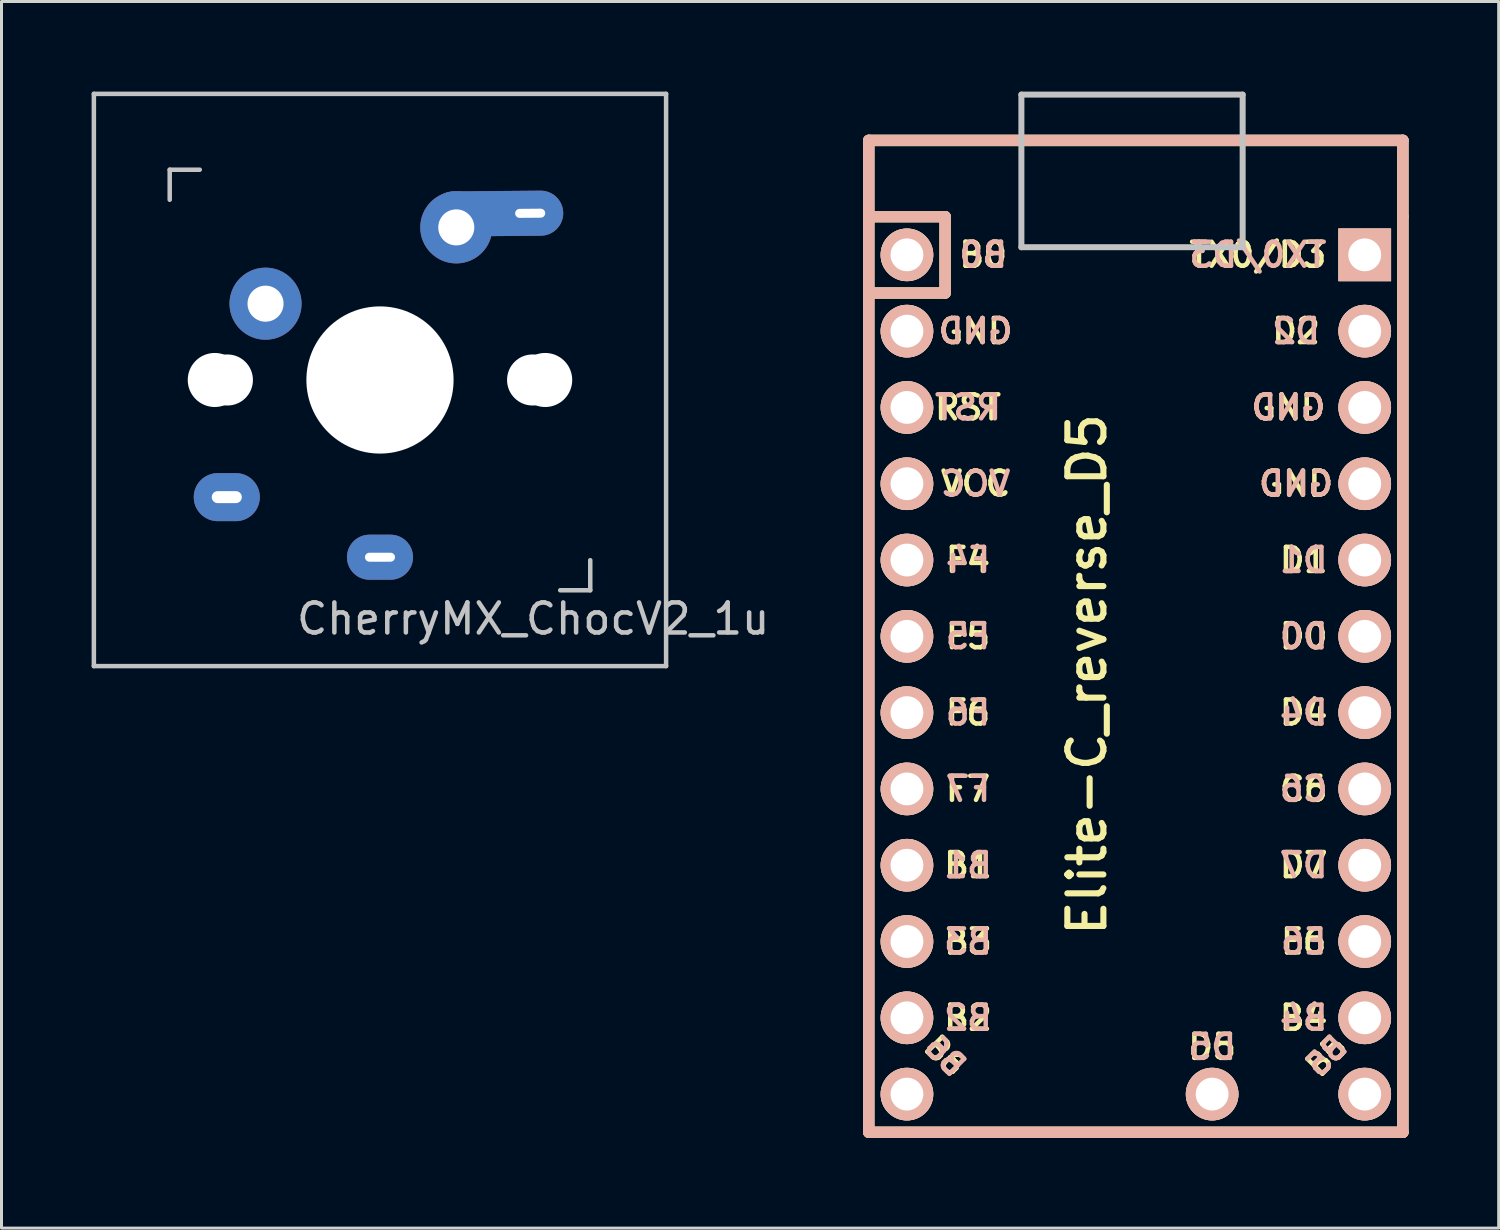
<source format=kicad_pcb>
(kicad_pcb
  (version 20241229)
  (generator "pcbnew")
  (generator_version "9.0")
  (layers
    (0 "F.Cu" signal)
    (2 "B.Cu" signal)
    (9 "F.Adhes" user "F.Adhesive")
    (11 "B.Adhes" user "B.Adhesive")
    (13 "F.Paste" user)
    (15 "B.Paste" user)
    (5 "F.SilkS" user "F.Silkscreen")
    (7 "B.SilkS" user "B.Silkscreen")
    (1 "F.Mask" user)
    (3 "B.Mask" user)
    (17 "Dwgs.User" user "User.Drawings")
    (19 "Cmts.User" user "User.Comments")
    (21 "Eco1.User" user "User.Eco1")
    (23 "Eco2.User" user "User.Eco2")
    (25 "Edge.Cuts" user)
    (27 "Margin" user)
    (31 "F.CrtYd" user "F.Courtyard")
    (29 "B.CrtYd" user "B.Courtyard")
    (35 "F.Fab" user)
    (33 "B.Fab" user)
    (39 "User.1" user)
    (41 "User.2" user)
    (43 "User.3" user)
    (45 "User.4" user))
  (footprint "CherryMX_ChocV2_1u"
    (layer "F.Cu")
    (at 9.6 9.6)
    (property "Reference" "CherryMX_ChocV2_1u" (at 5.1 7.95 180) (layer "Dwgs.User") (effects (font (size 1 1) (thickness 0.15))))
    (attr through_hole)
    (fp_line (start -9.525 -9.525) (end 9.525 -9.525) (stroke (width 0.15) (type solid)) (layer "Dwgs.User"))
    (fp_line (start -9.525 9.525) (end -9.525 -9.525) (stroke (width 0.15) (type solid)) (layer "Dwgs.User"))
    (fp_line (start -7 -7) (end -6 -7) (stroke (width 0.15) (type solid)) (layer "Dwgs.User"))
    (fp_line (start -7 -6) (end -7 -7) (stroke (width 0.15) (type solid)) (layer "Dwgs.User"))
    (fp_line (start 6 7) (end 7 7) (stroke (width 0.15) (type solid)) (layer "Dwgs.User"))
    (fp_line (start 7 7) (end 7 6) (stroke (width 0.15) (type solid)) (layer "Dwgs.User"))
    (fp_line (start 9.525 -9.525) (end 9.525 9.525) (stroke (width 0.15) (type solid)) (layer "Dwgs.User"))
    (fp_line (start 9.525 9.525) (end -9.525 9.525) (stroke (width 0.15) (type solid)) (layer "Dwgs.User"))
    (pad "" np_thru_hole circle (at -5.5 0 90) (size 1.8 1.8) (drill 1.8) (layers "*.Cu" "*.Mask"))
    (pad "" np_thru_hole circle (at -5.08 0) (size 1.7 1.7) (drill 1.7) (layers "*.Cu" "*.Mask"))
    (pad "" np_thru_hole circle (at 0 0 90) (size 4.9 4.9) (drill 4.9) (layers "*.Cu" "*.Mask"))
    (pad "" np_thru_hole circle (at 5.08 0) (size 1.7 1.7) (drill 1.7) (layers "*.Cu" "*.Mask"))
    (pad "" np_thru_hole circle (at 5.5 0 90) (size 1.8 1.8) (drill 1.8) (layers "*.Cu" "*.Mask"))
    (pad "1" thru_hole oval (at -5.1 3.9) (size 2.2 1.6) (drill oval 1 0.4) (layers "*.Cu" "B.Mask"))
    (pad "1" thru_hole circle (at -3.81 -2.54) (size 2.4 2.4) (drill 1.2) (layers "*.Cu" "B.Mask"))
    (pad "2" thru_hole oval (at 0 5.9) (size 2.2 1.5) (drill oval 1 0.3) (layers "*.Cu" "B.Mask"))
    (pad "2" thru_hole circle (at 2.54 -5.08) (size 2.4 2.4) (drill 1.2) (layers "*.Cu" "B.Mask"))
    (pad "2" thru_hole oval (at 5 -5.55 0.5) (size 4.4 1.5) (drill oval 1 0.3 (offset -1.1 0)) (layers "*.Cu" "B.Mask")))
  (footprint "Elite-C_reverse_D5"
    (layer "F.Cu")
    (at 34.509 19.404)
    (property "Reference" "Elite-C_reverse_D5" (at -1.371 0 270) (layer "F.SilkS") (effects (font (size 1.2 1.2) (thickness 0.203))))
    (attr through_hole)
    (fp_line (start -8.636 -17.78) (end -8.636 -15.24) (stroke (width 0.381) (type solid)) (layer "F.SilkS"))
    (fp_line (start -8.636 -15.24) (end -8.636 15.24) (stroke (width 0.381) (type solid)) (layer "F.SilkS"))
    (fp_line (start -8.636 15.24) (end 9.144 15.24) (stroke (width 0.381) (type solid)) (layer "F.SilkS"))
    (fp_line (start -6.096 -15.24) (end -8.636 -15.24) (stroke (width 0.381) (type solid)) (layer "F.SilkS"))
    (fp_line (start -6.096 -15.24) (end -6.096 -12.7) (stroke (width 0.381) (type solid)) (layer "F.SilkS"))
    (fp_line (start -6.096 -12.7) (end -8.636 -12.7) (stroke (width 0.381) (type solid)) (layer "F.SilkS"))
    (fp_line (start 9.144 -17.78) (end -8.636 -17.78) (stroke (width 0.381) (type solid)) (layer "F.SilkS"))
    (fp_line (start 9.144 -15.24) (end 9.144 -17.78) (stroke (width 0.381) (type solid)) (layer "F.SilkS"))
    (fp_line (start 9.144 15.24) (end 9.144 -15.24) (stroke (width 0.381) (type solid)) (layer "F.SilkS"))
    (fp_line (start -8.636 -17.78) (end -8.636 15.24) (stroke (width 0.381) (type solid)) (layer "B.SilkS"))
    (fp_line (start -8.636 15.24) (end 9.144 15.24) (stroke (width 0.381) (type solid)) (layer "B.SilkS"))
    (fp_line (start -6.096 -15.24) (end -8.636 -15.24) (stroke (width 0.381) (type solid)) (layer "B.SilkS"))
    (fp_line (start -6.096 -15.24) (end -6.096 -12.7) (stroke (width 0.381) (type solid)) (layer "B.SilkS"))
    (fp_line (start -6.096 -12.7) (end -8.636 -12.7) (stroke (width 0.381) (type solid)) (layer "B.SilkS"))
    (fp_line (start 9.144 -17.78) (end -8.636 -17.78) (stroke (width 0.381) (type solid)) (layer "B.SilkS"))
    (fp_line (start 9.144 15.24) (end 9.144 -17.78) (stroke (width 0.381) (type solid)) (layer "B.SilkS"))
    (fp_line (start -3.556 -19.304) (end 3.81 -19.304) (stroke (width 0.2) (type solid)) (layer "Dwgs.User"))
    (fp_line (start -3.556 -14.224) (end -3.556 -19.304) (stroke (width 0.2) (type solid)) (layer "Dwgs.User"))
    (fp_line (start 3.81 -19.304) (end 3.81 -14.224) (stroke (width 0.2) (type solid)) (layer "Dwgs.User"))
    (fp_line (start 3.81 -14.224) (end -3.556 -14.224) (stroke (width 0.2) (type solid)) (layer "Dwgs.User"))
    (fp_text user "F6" (at -5.334 1.27 0) (layer "F.SilkS") (effects (font (size 0.8 0.8) (thickness 0.15))))
    (fp_text user "GND" (at 5.588 -6.35 0) (layer "F.SilkS") (effects (font (size 0.8 0.8) (thickness 0.15))))
    (fp_text user "F7" (at -5.334 3.81 0) (layer "F.SilkS") (effects (font (size 0.8 0.8) (thickness 0.15))))
    (fp_text user "F4" (at -5.334 -3.81 0) (layer "F.SilkS") (effects (font (size 0.8 0.8) (thickness 0.15))))
    (fp_text user "RST" (at -5.334 -8.89 0) (layer "F.SilkS") (effects (font (size 0.8 0.8) (thickness 0.15))))
    (fp_text user "B0" (at -4.826 -13.97 0) (layer "F.SilkS") (effects (font (size 0.8 0.8) (thickness 0.15))))
    (fp_text user "B1" (at -5.334 6.35 0) (layer "F.SilkS") (effects (font (size 0.8 0.8) (thickness 0.15))))
    (fp_text user "D7" (at 5.842 6.35 0) (layer "F.SilkS") (effects (font (size 0.8 0.8) (thickness 0.15))))
    (fp_text user "D5" (at 2.794 12.4 0) (layer "F.SilkS") (effects (font (size 0.8 0.8) (thickness 0.15))))
    (fp_text user "F5" (at -5.334 -1.27 0) (layer "F.SilkS") (effects (font (size 0.8 0.8) (thickness 0.15))))
    (fp_text user "D4" (at 5.842 1.27 0) (layer "F.SilkS") (effects (font (size 0.8 0.8) (thickness 0.15))))
    (fp_text user "D0" (at 5.842 -1.27 0) (layer "F.SilkS") (effects (font (size 0.8 0.8) (thickness 0.15))))
    (fp_text user "B4" (at 5.842 11.43 0) (layer "F.SilkS") (effects (font (size 0.8 0.8) (thickness 0.15))))
    (fp_text user "B2" (at -5.334 11.43 0) (layer "F.SilkS") (effects (font (size 0.8 0.8) (thickness 0.15))))
    (fp_text user "B6" (at -6.096 12.7 315) (unlocked yes) (layer "F.SilkS") (effects (font (size 0.7 0.7) (thickness 0.15))))
    (fp_text user "GND" (at 5.334 -8.89 0) (layer "F.SilkS") (effects (font (size 0.8 0.8) (thickness 0.15))))
    (fp_text user "TX0/D3" (at 4.318 -13.97 0) (layer "F.SilkS") (effects (font (size 0.8 0.8) (thickness 0.15))))
    (fp_text user "GND" (at -5.08 -11.43 0) (layer "F.SilkS") (effects (font (size 0.8 0.8) (thickness 0.15))))
    (fp_text user "VCC" (at -5.08 -6.35 0) (layer "F.SilkS") (effects (font (size 0.8 0.8) (thickness 0.15))))
    (fp_text user "B3" (at -5.334 8.89 0) (layer "F.SilkS") (effects (font (size 0.8 0.8) (thickness 0.15))))
    (fp_text user "C6" (at 5.842 3.81 0) (layer "F.SilkS") (effects (font (size 0.8 0.8) (thickness 0.15))))
    (fp_text user "E6" (at 5.842 8.89 0) (layer "F.SilkS") (effects (font (size 0.8 0.8) (thickness 0.15))))
    (fp_text user "B5" (at 6.604 12.7 45) (layer "F.SilkS") (effects (font (size 0.7 0.7) (thickness 0.15))))
    (fp_text user "D2" (at 5.588 -11.43 0) (layer "F.SilkS") (effects (font (size 0.8 0.8) (thickness 0.15))))
    (fp_text user "D1" (at 5.842 -3.81 0) (layer "F.SilkS") (effects (font (size 0.8 0.8) (thickness 0.15))))
    (fp_text user "TX0/D3" (at 4.318 -13.97 0) (layer "B.SilkS") (effects (font (size 0.8 0.8) (thickness 0.15)) (justify mirror)))
    (fp_text user "B1" (at -5.334 6.35 0) (layer "B.SilkS") (effects (font (size 0.8 0.8) (thickness 0.15)) (justify mirror)))
    (fp_text user "D7" (at 5.842 6.35 0) (layer "B.SilkS") (effects (font (size 0.8 0.8) (thickness 0.15)) (justify mirror)))
    (fp_text user "D5" (at 2.794 12.4 0) (layer "B.SilkS") (effects (font (size 0.8 0.8) (thickness 0.15)) (justify mirror)))
    (fp_text user "E6" (at 5.842 8.89 0) (layer "B.SilkS") (effects (font (size 0.8 0.8) (thickness 0.15)) (justify mirror)))
    (fp_text user "F5" (at -5.334 -1.27 0) (layer "B.SilkS") (effects (font (size 0.8 0.8) (thickness 0.15)) (justify mirror)))
    (fp_text user "D0" (at 5.842 -1.27 0) (layer "B.SilkS") (effects (font (size 0.8 0.8) (thickness 0.15)) (justify mirror)))
    (fp_text user "B6" (at -6.096 12.7 315) (unlocked yes) (layer "B.SilkS") (effects (font (size 0.7 0.7) (thickness 0.15)) (justify mirror)))
    (fp_text user "GND" (at 5.588 -6.35 0) (layer "B.SilkS") (effects (font (size 0.8 0.8) (thickness 0.15)) (justify mirror)))
    (fp_text user "D2" (at 5.588 -11.43 0) (layer "B.SilkS") (effects (font (size 0.8 0.8) (thickness 0.15)) (justify mirror)))
    (fp_text user "C6" (at 5.842 3.81 0) (layer "B.SilkS") (effects (font (size 0.8 0.8) (thickness 0.15)) (justify mirror)))
    (fp_text user "D1" (at 5.842 -3.81 0) (layer "B.SilkS") (effects (font (size 0.8 0.8) (thickness 0.15)) (justify mirror)))
    (fp_text user "B3" (at -5.334 8.89 0) (layer "B.SilkS") (effects (font (size 0.8 0.8) (thickness 0.15)) (justify mirror)))
    (fp_text user "GND" (at -5.08 -11.43 0) (layer "B.SilkS") (effects (font (size 0.8 0.8) (thickness 0.15)) (justify mirror)))
    (fp_text user "B0" (at -4.826 -13.97 0) (layer "B.SilkS") (effects (font (size 0.8 0.8) (thickness 0.15)) (justify mirror)))
    (fp_text user "D4" (at 5.842 1.27 0) (layer "B.SilkS") (effects (font (size 0.8 0.8) (thickness 0.15)) (justify mirror)))
    (fp_text user "B2" (at -5.334 11.43 0) (layer "B.SilkS") (effects (font (size 0.8 0.8) (thickness 0.15)) (justify mirror)))
    (fp_text user "VCC" (at -5.08 -6.35 0) (layer "B.SilkS") (effects (font (size 0.8 0.8) (thickness 0.15)) (justify mirror)))
    (fp_text user "RST" (at -5.334 -8.89 0) (layer "B.SilkS") (effects (font (size 0.8 0.8) (thickness 0.15)) (justify mirror)))
    (fp_text user "B5" (at 6.604 12.7 45) (layer "B.SilkS") (effects (font (size 0.7 0.7) (thickness 0.15)) (justify mirror)))
    (fp_text user "F6" (at -5.334 1.27 0) (layer "B.SilkS") (effects (font (size 0.8 0.8) (thickness 0.15)) (justify mirror)))
    (fp_text user "B4" (at 5.842 11.43 0) (layer "B.SilkS") (effects (font (size 0.8 0.8) (thickness 0.15)) (justify mirror)))
    (fp_text user "F7" (at -5.334 3.81 0) (layer "B.SilkS") (effects (font (size 0.8 0.8) (thickness 0.15)) (justify mirror)))
    (fp_text user "GND" (at 5.334 -8.89 0) (layer "B.SilkS") (effects (font (size 0.8 0.8) (thickness 0.15)) (justify mirror)))
    (fp_text user "F4" (at -5.334 -3.81 0) (layer "B.SilkS") (effects (font (size 0.8 0.8) (thickness 0.15)) (justify mirror)))
    (pad "1" thru_hole rect (at 7.874 -13.97 270) (size 1.753 1.753) (drill 1.092) (layers "*.Cu" "*.SilkS" "*.Mask"))
    (pad "2" thru_hole circle (at 7.874 -11.43 270) (size 1.753 1.753) (drill 1.092) (layers "*.Cu" "*.SilkS" "*.Mask"))
    (pad "3" thru_hole circle (at 7.874 -8.89 270) (size 1.753 1.753) (drill 1.092) (layers "*.Cu" "*.SilkS" "*.Mask"))
    (pad "4" thru_hole circle (at 7.874 -6.35 270) (size 1.753 1.753) (drill 1.092) (layers "*.Cu" "*.SilkS" "*.Mask"))
    (pad "5" thru_hole circle (at 7.874 -3.81 270) (size 1.753 1.753) (drill 1.092) (layers "*.Cu" "*.SilkS" "*.Mask"))
    (pad "6" thru_hole circle (at 7.874 -1.27 270) (size 1.753 1.753) (drill 1.092) (layers "*.Cu" "*.SilkS" "*.Mask"))
    (pad "7" thru_hole circle (at 7.874 1.27 270) (size 1.753 1.753) (drill 1.092) (layers "*.Cu" "*.SilkS" "*.Mask"))
    (pad "8" thru_hole circle (at 7.874 3.81 270) (size 1.753 1.753) (drill 1.092) (layers "*.Cu" "*.SilkS" "*.Mask"))
    (pad "9" thru_hole circle (at 7.874 6.35 270) (size 1.753 1.753) (drill 1.092) (layers "*.Cu" "*.SilkS" "*.Mask"))
    (pad "10" thru_hole circle (at 7.874 8.89 270) (size 1.753 1.753) (drill 1.092) (layers "*.Cu" "*.SilkS" "*.Mask"))
    (pad "11" thru_hole circle (at 7.874 11.43 270) (size 1.753 1.753) (drill 1.092) (layers "*.Cu" "*.SilkS" "*.Mask"))
    (pad "12" thru_hole circle (at 7.874 13.97 270) (size 1.753 1.753) (drill 1.092) (layers "*.Cu" "*.SilkS" "*.Mask"))
    (pad "13" thru_hole circle (at -7.366 13.97 270) (size 1.753 1.753) (drill 1.092) (layers "*.Cu" "*.SilkS" "*.Mask"))
    (pad "14" thru_hole circle (at -7.366 11.43 270) (size 1.753 1.753) (drill 1.092) (layers "*.Cu" "*.SilkS" "*.Mask"))
    (pad "15" thru_hole circle (at -7.366 8.89 270) (size 1.753 1.753) (drill 1.092) (layers "*.Cu" "*.SilkS" "*.Mask"))
    (pad "16" thru_hole circle (at -7.366 6.35 270) (size 1.753 1.753) (drill 1.092) (layers "*.Cu" "*.SilkS" "*.Mask"))
    (pad "17" thru_hole circle (at -7.366 3.81 270) (size 1.753 1.753) (drill 1.092) (layers "*.Cu" "*.SilkS" "*.Mask"))
    (pad "18" thru_hole circle (at -7.366 1.27 270) (size 1.753 1.753) (drill 1.092) (layers "*.Cu" "*.SilkS" "*.Mask"))
    (pad "19" thru_hole circle (at -7.366 -1.27 270) (size 1.753 1.753) (drill 1.092) (layers "*.Cu" "*.SilkS" "*.Mask"))
    (pad "20" thru_hole circle (at -7.366 -3.81 270) (size 1.753 1.753) (drill 1.092) (layers "*.Cu" "*.SilkS" "*.Mask"))
    (pad "21" thru_hole circle (at -7.366 -6.35 270) (size 1.753 1.753) (drill 1.092) (layers "*.Cu" "*.SilkS" "*.Mask"))
    (pad "22" thru_hole circle (at -7.366 -8.89 270) (size 1.753 1.753) (drill 1.092) (layers "*.Cu" "*.SilkS" "*.Mask"))
    (pad "23" thru_hole circle (at -7.366 -11.43 270) (size 1.753 1.753) (drill 1.092) (layers "*.Cu" "*.SilkS" "*.Mask"))
    (pad "24" thru_hole circle (at -7.366 -13.97 270) (size 1.753 1.753) (drill 1.092) (layers "*.Cu" "*.SilkS" "*.Mask"))
    (pad "26" thru_hole circle (at 2.794 13.97 270) (size 1.753 1.753) (drill 1.092) (layers "*.Cu" "*.SilkS" "*.Mask")))
  (gr_rect
    (start -3 -3)
    (end 46.843 37.834)
    (stroke (width 0.1) (type default))
    (fill no)
    (layer "Edge.Cuts")))
</source>
